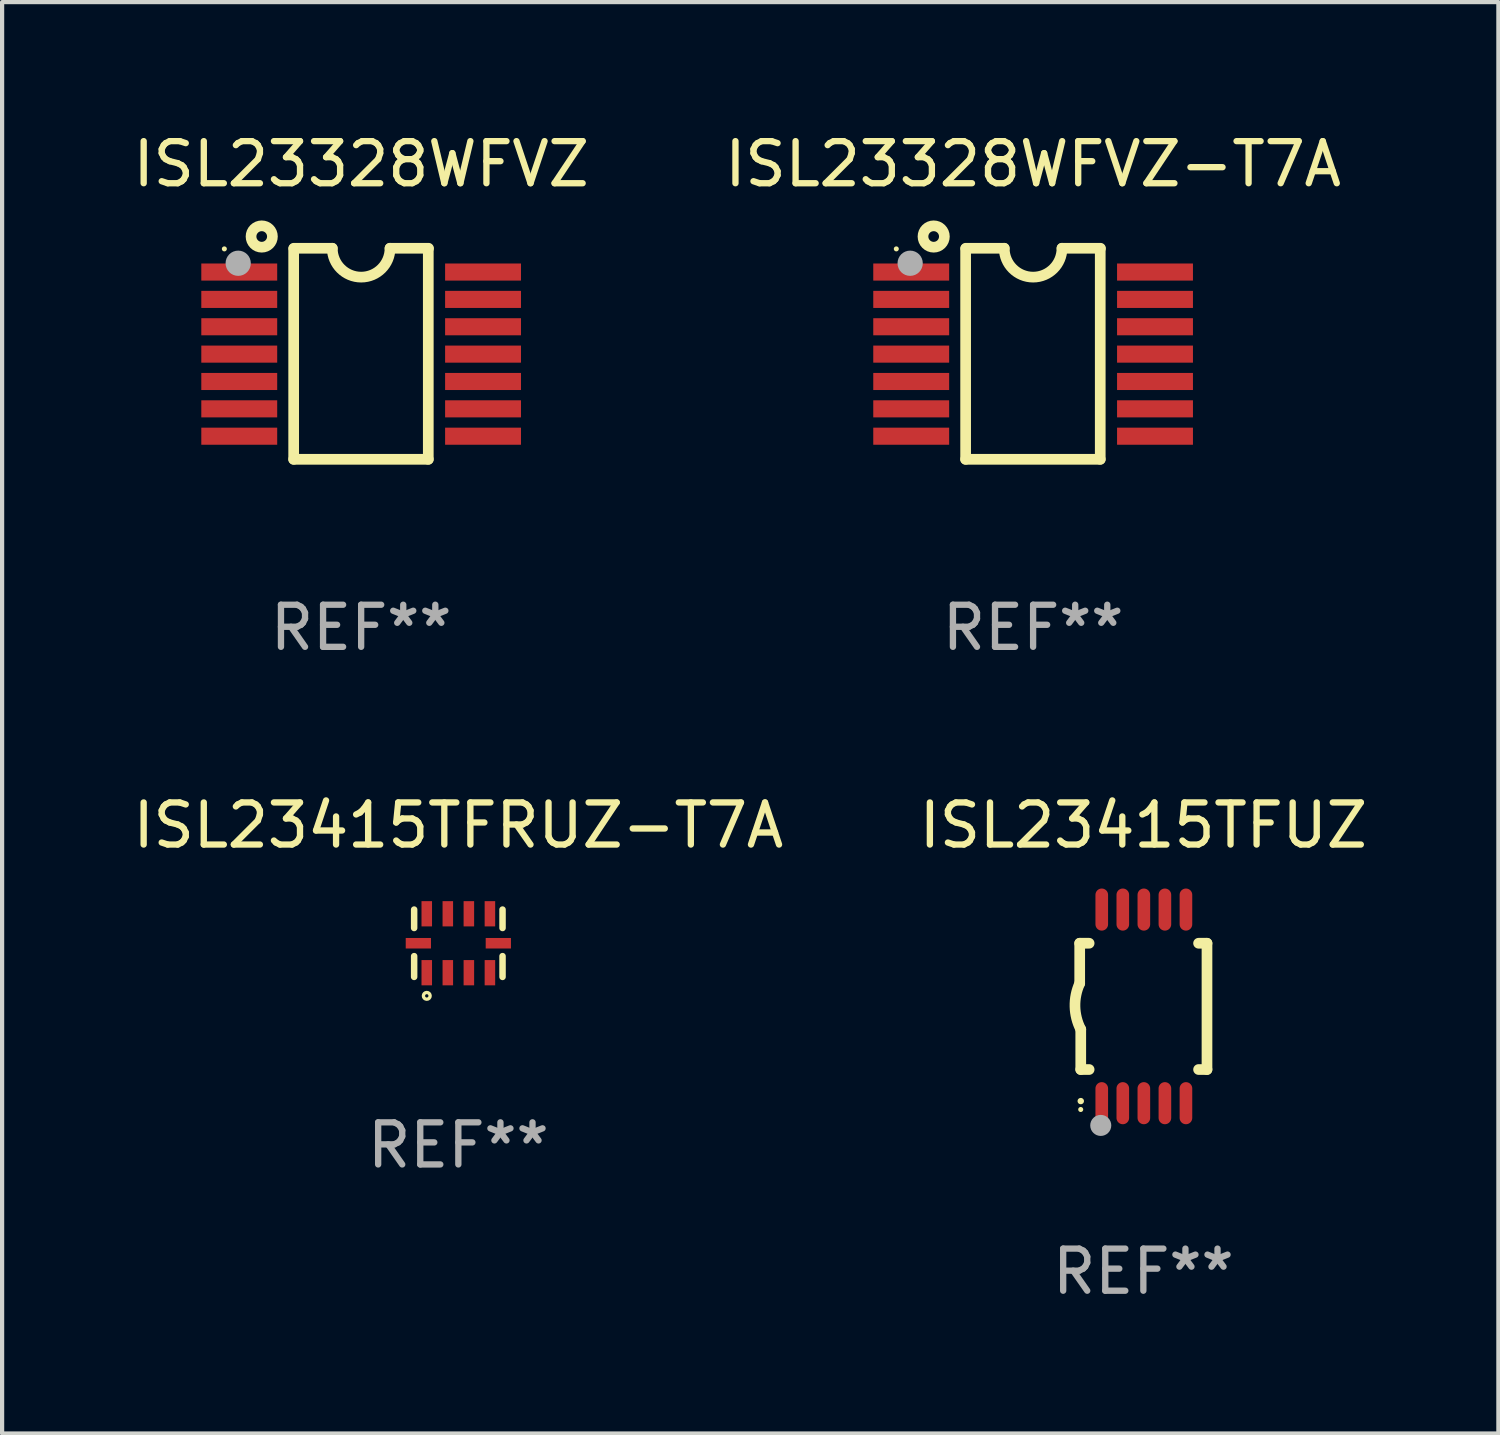
<source format=kicad_pcb>
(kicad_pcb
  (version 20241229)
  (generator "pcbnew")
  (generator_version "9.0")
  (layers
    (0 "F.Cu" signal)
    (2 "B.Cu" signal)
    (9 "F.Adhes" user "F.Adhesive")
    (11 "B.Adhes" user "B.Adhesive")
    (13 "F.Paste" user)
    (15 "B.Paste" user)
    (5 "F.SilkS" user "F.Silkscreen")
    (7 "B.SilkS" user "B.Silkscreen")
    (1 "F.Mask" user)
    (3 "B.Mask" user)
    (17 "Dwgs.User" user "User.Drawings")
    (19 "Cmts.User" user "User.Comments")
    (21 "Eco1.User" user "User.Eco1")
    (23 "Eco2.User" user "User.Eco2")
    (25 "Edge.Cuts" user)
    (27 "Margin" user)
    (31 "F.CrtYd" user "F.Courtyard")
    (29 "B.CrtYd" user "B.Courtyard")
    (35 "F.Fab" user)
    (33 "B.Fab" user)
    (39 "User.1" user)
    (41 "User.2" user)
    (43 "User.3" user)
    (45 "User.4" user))
  (footprint "ISL23415TFRUZ-T7A"
    (layer "F.Cu")
    (at 7.839 19.359)
    (property "Reference" "ISL23415TFRUZ-T7A" (at 0 -2.8 0) (layer "F.SilkS") (effects (font (size 1 1) (thickness 0.15))))
    (attr through_hole)
    (fp_line (start -1.05 -0.362) (end -1.05 -0.8) (stroke (width 0.154) (type solid)) (layer "F.SilkS"))
    (fp_line (start -1.05 0.306) (end -1.05 0.8) (stroke (width 0.154) (type solid)) (layer "F.SilkS"))
    (fp_line (start 1.05 -0.362) (end 1.05 -0.8) (stroke (width 0.154) (type solid)) (layer "F.SilkS"))
    (fp_line (start 1.05 0.306) (end 1.05 0.8) (stroke (width 0.154) (type solid)) (layer "F.SilkS"))
    (fp_circle (center -0.75 1.25) (end -0.67 1.25) (stroke (width 0.08) (type solid)) (fill no) (layer "F.SilkS"))
    (fp_text user "REF**" (at 0 4.8 0) (layer "F.Fab") (effects (font (size 1 1) (thickness 0.15))))
    (pad "1" smd rect (at -0.75 0.7) (size 0.25 0.6) (layers "F.Cu" "F.Mask" "F.Paste"))
    (pad "2" smd rect (at -0.25 0.7) (size 0.25 0.6) (layers "F.Cu" "F.Mask" "F.Paste"))
    (pad "3" smd rect (at 0.25 0.7) (size 0.25 0.6) (layers "F.Cu" "F.Mask" "F.Paste"))
    (pad "4" smd rect (at 0.75 0.7) (size 0.25 0.6) (layers "F.Cu" "F.Mask" "F.Paste"))
    (pad "5" smd rect (at 0.95 0 90) (size 0.25 0.6) (layers "F.Cu" "F.Mask" "F.Paste"))
    (pad "6" smd rect (at 0.75 -0.7 180) (size 0.25 0.6) (layers "F.Cu" "F.Mask" "F.Paste"))
    (pad "7" smd rect (at 0.25 -0.7 180) (size 0.25 0.6) (layers "F.Cu" "F.Mask" "F.Paste"))
    (pad "8" smd rect (at -0.25 -0.7 180) (size 0.25 0.6) (layers "F.Cu" "F.Mask" "F.Paste"))
    (pad "9" smd rect (at -0.75 -0.7 180) (size 0.25 0.6) (layers "F.Cu" "F.Mask" "F.Paste"))
    (pad "10" smd rect (at -0.95 0 270) (size 0.25 0.6) (layers "F.Cu" "F.Mask" "F.Paste")))
  (footprint "ISL23328WFVZ-T7A"
    (layer "F.Cu")
    (at 21.494 5.355)
    (property "Reference" "ISL23328WFVZ-T7A" (at 0 -4.507 0) (layer "F.SilkS") (effects (font (size 1 1) (thickness 0.15))))
    (attr through_hole)
    (fp_line (start -1.603 2.507) (end -1.603 -2.494) (stroke (width 0.254) (type solid)) (layer "F.SilkS"))
    (fp_line (start -1.603 2.507) (end 1.595 2.507) (stroke (width 0.254) (type solid)) (layer "F.SilkS"))
    (fp_line (start -1.6 -2.507) (end -0.686 -2.507) (stroke (width 0.254) (type solid)) (layer "F.SilkS"))
    (fp_line (start 0.686 -2.507) (end 1.6 -2.507) (stroke (width 0.254) (type solid)) (layer "F.SilkS"))
    (fp_line (start 1.595 2.507) (end 1.595 -2.494) (stroke (width 0.254) (type solid)) (layer "F.SilkS"))
    (fp_arc (start 0.685852 -2.506998) (mid 0.000051 -1.821197) (end -0.68575 -2.506998) (stroke (width 0.254001) (type solid)) (layer "F.SilkS"))
    (fp_circle (center -3.25 -2.492) (end -3.22 -2.492) (stroke (width 0.06) (type solid)) (fill no) (layer "F.SilkS"))
    (fp_circle (center -2.362 -2.786) (end -2.108 -2.786) (stroke (width 0.254) (type solid)) (fill no) (layer "F.SilkS"))
    (fp_circle (center -2.921 -2.151) (end -2.771 -2.151) (stroke (width 0.3) (type solid)) (fill no) (layer "F.Fab"))
    (fp_text user "REF**" (at 0 6.507 0) (layer "F.Fab") (effects (font (size 1 1) (thickness 0.15))))
    (pad "1" smd rect (at -2.896 -1.942) (size 1.803 0.406) (layers "F.Cu" "F.Mask" "F.Paste"))
    (pad "2" smd rect (at -2.896 -1.292) (size 1.803 0.406) (layers "F.Cu" "F.Mask" "F.Paste"))
    (pad "3" smd rect (at -2.896 -0.642) (size 1.803 0.406) (layers "F.Cu" "F.Mask" "F.Paste"))
    (pad "4" smd rect (at -2.896 0.008) (size 1.803 0.406) (layers "F.Cu" "F.Mask" "F.Paste"))
    (pad "5" smd rect (at -2.896 0.658) (size 1.803 0.406) (layers "F.Cu" "F.Mask" "F.Paste"))
    (pad "6" smd rect (at -2.896 1.308) (size 1.803 0.406) (layers "F.Cu" "F.Mask" "F.Paste"))
    (pad "7" smd rect (at -2.896 1.958) (size 1.803 0.406) (layers "F.Cu" "F.Mask" "F.Paste"))
    (pad "8" smd rect (at 2.896 1.958) (size 1.803 0.406) (layers "F.Cu" "F.Mask" "F.Paste"))
    (pad "9" smd rect (at 2.896 1.308) (size 1.803 0.406) (layers "F.Cu" "F.Mask" "F.Paste"))
    (pad "10" smd rect (at 2.896 0.658) (size 1.803 0.406) (layers "F.Cu" "F.Mask" "F.Paste"))
    (pad "11" smd rect (at 2.896 0.008) (size 1.803 0.406) (layers "F.Cu" "F.Mask" "F.Paste"))
    (pad "12" smd rect (at 2.896 -0.642) (size 1.803 0.406) (layers "F.Cu" "F.Mask" "F.Paste"))
    (pad "13" smd rect (at 2.896 -1.292) (size 1.803 0.406) (layers "F.Cu" "F.Mask" "F.Paste"))
    (pad "14" smd rect (at 2.896 -1.942) (size 1.803 0.406) (layers "F.Cu" "F.Mask" "F.Paste")))
  (footprint "ISL23328WFVZ"
    (layer "F.Cu")
    (at 5.53 5.355)
    (property "Reference" "ISL23328WFVZ" (at 0 -4.507 0) (layer "F.SilkS") (effects (font (size 1 1) (thickness 0.15))))
    (attr through_hole)
    (fp_line (start -1.603 2.507) (end -1.603 -2.494) (stroke (width 0.254) (type solid)) (layer "F.SilkS"))
    (fp_line (start -1.603 2.507) (end 1.595 2.507) (stroke (width 0.254) (type solid)) (layer "F.SilkS"))
    (fp_line (start -1.6 -2.507) (end -0.686 -2.507) (stroke (width 0.254) (type solid)) (layer "F.SilkS"))
    (fp_line (start 0.686 -2.507) (end 1.6 -2.507) (stroke (width 0.254) (type solid)) (layer "F.SilkS"))
    (fp_line (start 1.595 2.507) (end 1.595 -2.494) (stroke (width 0.254) (type solid)) (layer "F.SilkS"))
    (fp_arc (start 0.685852 -2.506998) (mid 0.000051 -1.821197) (end -0.68575 -2.506998) (stroke (width 0.254001) (type solid)) (layer "F.SilkS"))
    (fp_circle (center -3.25 -2.492) (end -3.22 -2.492) (stroke (width 0.06) (type solid)) (fill no) (layer "F.SilkS"))
    (fp_circle (center -2.362 -2.786) (end -2.108 -2.786) (stroke (width 0.254) (type solid)) (fill no) (layer "F.SilkS"))
    (fp_circle (center -2.921 -2.151) (end -2.771 -2.151) (stroke (width 0.3) (type solid)) (fill no) (layer "F.Fab"))
    (fp_text user "REF**" (at 0 6.507 0) (layer "F.Fab") (effects (font (size 1 1) (thickness 0.15))))
    (pad "1" smd rect (at -2.896 -1.942) (size 1.803 0.406) (layers "F.Cu" "F.Mask" "F.Paste"))
    (pad "2" smd rect (at -2.896 -1.292) (size 1.803 0.406) (layers "F.Cu" "F.Mask" "F.Paste"))
    (pad "3" smd rect (at -2.896 -0.642) (size 1.803 0.406) (layers "F.Cu" "F.Mask" "F.Paste"))
    (pad "4" smd rect (at -2.896 0.008) (size 1.803 0.406) (layers "F.Cu" "F.Mask" "F.Paste"))
    (pad "5" smd rect (at -2.896 0.658) (size 1.803 0.406) (layers "F.Cu" "F.Mask" "F.Paste"))
    (pad "6" smd rect (at -2.896 1.308) (size 1.803 0.406) (layers "F.Cu" "F.Mask" "F.Paste"))
    (pad "7" smd rect (at -2.896 1.958) (size 1.803 0.406) (layers "F.Cu" "F.Mask" "F.Paste"))
    (pad "8" smd rect (at 2.896 1.958) (size 1.803 0.406) (layers "F.Cu" "F.Mask" "F.Paste"))
    (pad "9" smd rect (at 2.896 1.308) (size 1.803 0.406) (layers "F.Cu" "F.Mask" "F.Paste"))
    (pad "10" smd rect (at 2.896 0.658) (size 1.803 0.406) (layers "F.Cu" "F.Mask" "F.Paste"))
    (pad "11" smd rect (at 2.896 0.008) (size 1.803 0.406) (layers "F.Cu" "F.Mask" "F.Paste"))
    (pad "12" smd rect (at 2.896 -0.642) (size 1.803 0.406) (layers "F.Cu" "F.Mask" "F.Paste"))
    (pad "13" smd rect (at 2.896 -1.292) (size 1.803 0.406) (layers "F.Cu" "F.Mask" "F.Paste"))
    (pad "14" smd rect (at 2.896 -1.942) (size 1.803 0.406) (layers "F.Cu" "F.Mask" "F.Paste")))
  (footprint "ISL23415TFUZ"
    (layer "F.Cu")
    (at 24.113 20.859)
    (property "Reference" "ISL23415TFUZ" (at 0 -4.3 0) (layer "F.SilkS") (effects (font (size 1 1) (thickness 0.15))))
    (attr through_hole)
    (fp_line (start -1.512 -1.5) (end -1.512 -0.546) (stroke (width 0.254) (type solid)) (layer "F.SilkS"))
    (fp_line (start -1.487 0.546) (end -1.487 1.5) (stroke (width 0.254) (type solid)) (layer "F.SilkS"))
    (fp_line (start -1.288 -1.5) (end -1.512 -1.5) (stroke (width 0.254) (type solid)) (layer "F.SilkS"))
    (fp_line (start -1.288 1.5) (end -1.487 1.5) (stroke (width 0.254) (type solid)) (layer "F.SilkS"))
    (fp_line (start 1.512 -1.5) (end 1.312 -1.5) (stroke (width 0.254) (type solid)) (layer "F.SilkS"))
    (fp_line (start 1.512 -1.5) (end 1.512 1.5) (stroke (width 0.254) (type solid)) (layer "F.SilkS"))
    (fp_line (start 1.512 1.5) (end 1.312 1.5) (stroke (width 0.254) (type solid)) (layer "F.SilkS"))
    (fp_arc (start -1.487998 2.250013) (mid -1.486728 2.250007) (end -1.485458 2.250013) (stroke (width 0.150013) (type solid)) (layer "F.SilkS"))
    (fp_arc (start -1.486602 0.546102) (mid -1.624196 0.002905) (end -1.512002 -0.546101) (stroke (width 0.254001) (type solid)) (layer "F.SilkS"))
    (fp_circle (center -1.488 2.45) (end -1.458 2.45) (stroke (width 0.06) (type solid)) (fill no) (layer "F.SilkS"))
    (fp_circle (center -1.012 2.828) (end -0.887 2.828) (stroke (width 0.25) (type solid)) (fill no) (layer "F.Fab"))
    (fp_text user "REF**" (at 0 6.3 0) (layer "F.Fab") (effects (font (size 1 1) (thickness 0.15))))
    (pad "1" smd oval (at -0.988 2.3) (size 0.3 1) (layers "F.Cu" "F.Mask" "F.Paste"))
    (pad "2" smd oval (at -0.488 2.3) (size 0.3 1) (layers "F.Cu" "F.Mask" "F.Paste"))
    (pad "3" smd oval (at 0.012 2.3) (size 0.3 1) (layers "F.Cu" "F.Mask" "F.Paste"))
    (pad "4" smd oval (at 0.512 2.3) (size 0.3 1) (layers "F.Cu" "F.Mask" "F.Paste"))
    (pad "5" smd oval (at 1.012 2.3) (size 0.3 1) (layers "F.Cu" "F.Mask" "F.Paste"))
    (pad "6" smd oval (at 1.012 -2.3) (size 0.3 1) (layers "F.Cu" "F.Mask" "F.Paste"))
    (pad "7" smd oval (at 0.512 -2.3) (size 0.3 1) (layers "F.Cu" "F.Mask" "F.Paste"))
    (pad "8" smd oval (at 0.012 -2.3) (size 0.3 1) (layers "F.Cu" "F.Mask" "F.Paste"))
    (pad "9" smd oval (at -0.488 -2.3) (size 0.3 1) (layers "F.Cu" "F.Mask" "F.Paste"))
    (pad "10" smd oval (at -0.988 -2.3) (size 0.3 1) (layers "F.Cu" "F.Mask" "F.Paste")))
  (gr_rect
    (start -3 -3)
    (end 32.548 31.007)
    (stroke (width 0.1) (type default))
    (fill no)
    (layer "Edge.Cuts")))
</source>
